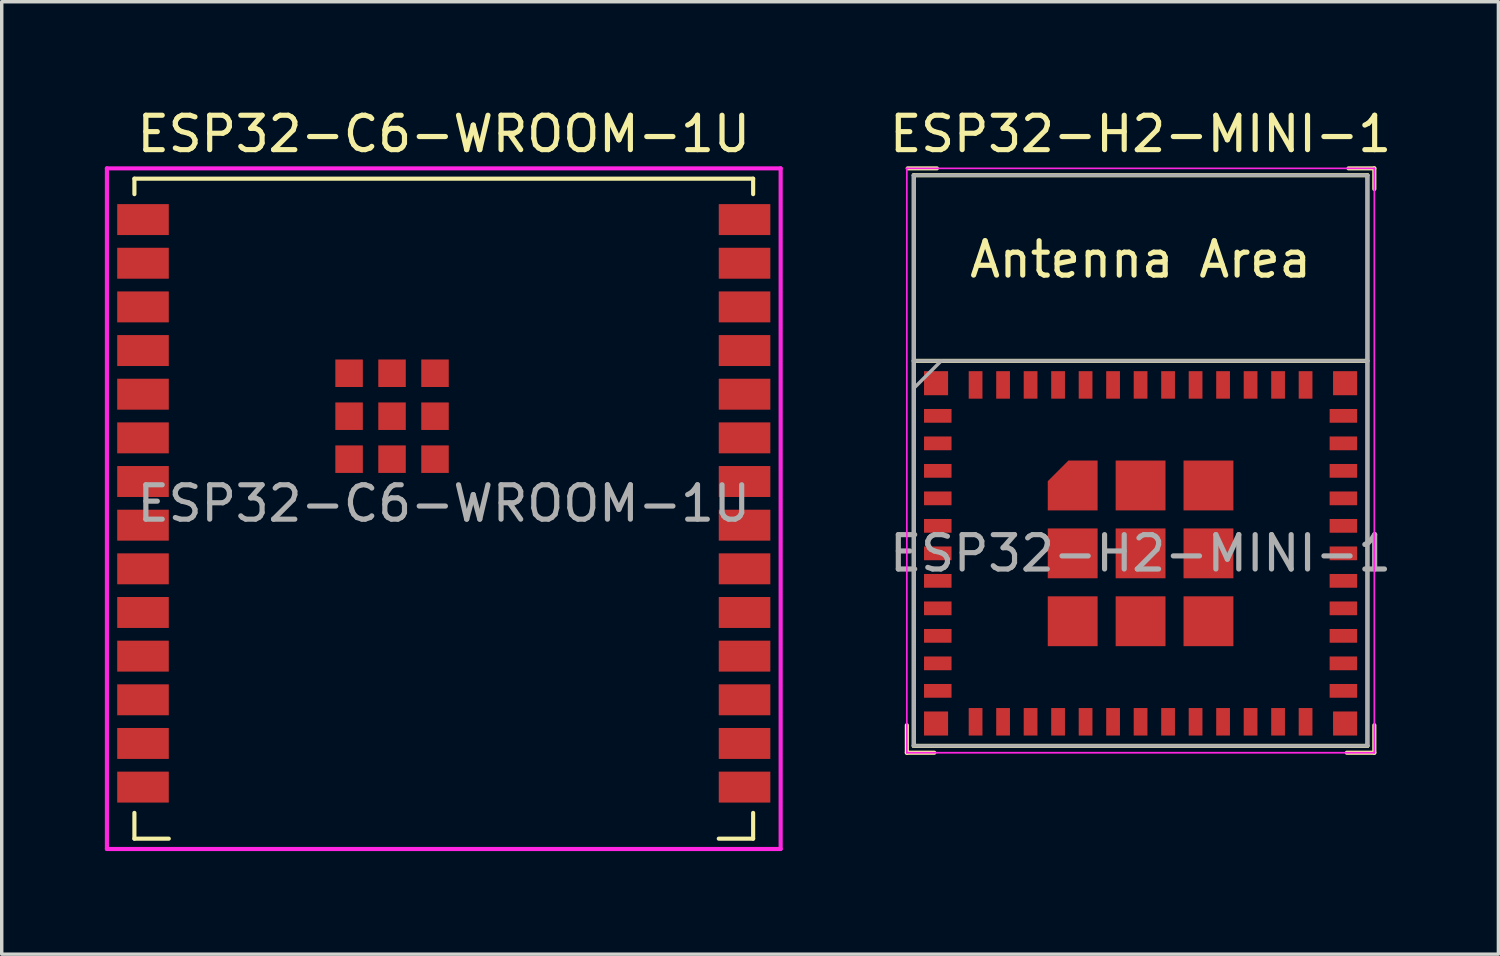
<source format=kicad_pcb>
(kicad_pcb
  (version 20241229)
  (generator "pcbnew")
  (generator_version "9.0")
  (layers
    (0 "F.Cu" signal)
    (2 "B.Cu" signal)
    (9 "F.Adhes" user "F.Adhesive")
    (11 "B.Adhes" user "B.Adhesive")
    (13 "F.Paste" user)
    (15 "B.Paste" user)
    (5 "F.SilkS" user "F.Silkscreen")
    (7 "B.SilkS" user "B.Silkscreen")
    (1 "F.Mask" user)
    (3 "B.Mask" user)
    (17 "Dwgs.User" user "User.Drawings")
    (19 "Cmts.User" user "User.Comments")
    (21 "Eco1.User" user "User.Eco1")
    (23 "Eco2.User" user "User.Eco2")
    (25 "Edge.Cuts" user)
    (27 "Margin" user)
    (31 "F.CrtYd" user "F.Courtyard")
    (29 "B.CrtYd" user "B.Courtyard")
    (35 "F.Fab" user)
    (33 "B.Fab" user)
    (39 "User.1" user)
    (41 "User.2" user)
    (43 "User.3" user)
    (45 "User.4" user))
  (footprint "ESP32-C6-WROOM-1U"
    (layer "F.Cu")
    (at 9.86 11.598)
    (property "Reference" "ESP32-C6-WROOM-1U" (at 0 -10.75 0) (layer "F.SilkS") (effects (font (size 1 1) (thickness 0.15))))
    (attr smd)
    (fp_line (start -9 -9.45) (end -9 -9) (stroke (width 0.12) (type solid)) (layer "F.SilkS"))
    (fp_line (start -9 9) (end -9 9.75) (stroke (width 0.12) (type solid)) (layer "F.SilkS"))
    (fp_line (start -9 9.75) (end -8 9.75) (stroke (width 0.12) (type solid)) (layer "F.SilkS"))
    (fp_line (start 9 -9.45) (end -9 -9.45) (stroke (width 0.12) (type solid)) (layer "F.SilkS"))
    (fp_line (start 9 -9.45) (end 9 -9) (stroke (width 0.12) (type solid)) (layer "F.SilkS"))
    (fp_line (start 9 9) (end 9 9.75) (stroke (width 0.12) (type solid)) (layer "F.SilkS"))
    (fp_line (start 9 9.75) (end 8 9.75) (stroke (width 0.12) (type solid)) (layer "F.SilkS"))
    (fp_line (start -9 -9.45) (end 9 -9.45) (stroke (width 0.12) (type solid)) (layer "Eco2.User"))
    (fp_line (start -9 9.75) (end -9 -9.45) (stroke (width 0.12) (type solid)) (layer "Eco2.User"))
    (fp_line (start 9 -9.45) (end 9 9.75) (stroke (width 0.12) (type solid)) (layer "Eco2.User"))
    (fp_line (start 9 9.75) (end -9 9.75) (stroke (width 0.12) (type solid)) (layer "Eco2.User"))
    (fp_line (start -9.8 -9.75) (end -9.8 10.05) (stroke (width 0.12) (type solid)) (layer "F.CrtYd"))
    (fp_line (start -9.8 10.05) (end 9.8 10.05) (stroke (width 0.12) (type solid)) (layer "F.CrtYd"))
    (fp_line (start 9.8 -9.75) (end -9.8 -9.75) (stroke (width 0.12) (type solid)) (layer "F.CrtYd"))
    (fp_line (start 9.8 -9.75) (end 9.8 10.05) (stroke (width 0.12) (type solid)) (layer "F.CrtYd"))
    (fp_text user "${REFERENCE}" (at 0 0 0) (layer "F.Fab") (effects (font (size 1 1) (thickness 0.15))))
    (pad "1" smd rect (at -8.75 -8.26) (size 1.5 0.9) (layers "F.Cu" "F.Mask" "F.Paste"))
    (pad "2" smd rect (at -8.75 -6.99) (size 1.5 0.9) (layers "F.Cu" "F.Mask" "F.Paste"))
    (pad "3" smd rect (at -8.75 -5.72) (size 1.5 0.9) (layers "F.Cu" "F.Mask" "F.Paste"))
    (pad "4" smd rect (at -8.75 -4.45) (size 1.5 0.9) (layers "F.Cu" "F.Mask" "F.Paste"))
    (pad "5" smd rect (at -8.75 -3.18) (size 1.5 0.9) (layers "F.Cu" "F.Mask" "F.Paste"))
    (pad "6" smd rect (at -8.75 -1.91) (size 1.5 0.9) (layers "F.Cu" "F.Mask" "F.Paste"))
    (pad "7" smd rect (at -8.75 -0.64) (size 1.5 0.9) (layers "F.Cu" "F.Mask" "F.Paste"))
    (pad "8" smd rect (at -8.75 0.63) (size 1.5 0.9) (layers "F.Cu" "F.Mask" "F.Paste"))
    (pad "9" smd rect (at -8.75 1.9) (size 1.5 0.9) (layers "F.Cu" "F.Mask" "F.Paste"))
    (pad "10" smd rect (at -8.75 3.17) (size 1.5 0.9) (layers "F.Cu" "F.Mask" "F.Paste"))
    (pad "11" smd rect (at -8.75 4.44) (size 1.5 0.9) (layers "F.Cu" "F.Mask" "F.Paste"))
    (pad "12" smd rect (at -8.75 5.71) (size 1.5 0.9) (layers "F.Cu" "F.Mask" "F.Paste"))
    (pad "13" smd rect (at -8.75 6.98) (size 1.5 0.9) (layers "F.Cu" "F.Mask" "F.Paste"))
    (pad "14" smd rect (at -8.75 8.25) (size 1.5 0.9) (layers "F.Cu" "F.Mask" "F.Paste"))
    (pad "15" smd rect (at 8.75 8.25 180) (size 1.5 0.9) (layers "F.Cu" "F.Mask" "F.Paste"))
    (pad "16" smd rect (at 8.75 6.98 180) (size 1.5 0.9) (layers "F.Cu" "F.Mask" "F.Paste"))
    (pad "17" smd rect (at 8.75 5.71 180) (size 1.5 0.9) (layers "F.Cu" "F.Mask" "F.Paste"))
    (pad "18" smd rect (at 8.75 4.44 180) (size 1.5 0.9) (layers "F.Cu" "F.Mask" "F.Paste"))
    (pad "19" smd rect (at 8.75 3.17 180) (size 1.5 0.9) (layers "F.Cu" "F.Mask" "F.Paste"))
    (pad "20" smd rect (at 8.75 1.9 180) (size 1.5 0.9) (layers "F.Cu" "F.Mask" "F.Paste"))
    (pad "21" smd rect (at 8.75 0.63 180) (size 1.5 0.9) (layers "F.Cu" "F.Mask" "F.Paste"))
    (pad "22" smd rect (at 8.75 -0.64 180) (size 1.5 0.9) (layers "F.Cu" "F.Mask" "F.Paste"))
    (pad "23" smd rect (at 8.75 -1.91 180) (size 1.5 0.9) (layers "F.Cu" "F.Mask" "F.Paste"))
    (pad "24" smd rect (at 8.75 -3.18 180) (size 1.5 0.9) (layers "F.Cu" "F.Mask" "F.Paste"))
    (pad "25" smd rect (at 8.75 -4.45 180) (size 1.5 0.9) (layers "F.Cu" "F.Mask" "F.Paste"))
    (pad "26" smd rect (at 8.75 -5.72 180) (size 1.5 0.9) (layers "F.Cu" "F.Mask" "F.Paste"))
    (pad "27" smd rect (at 8.75 -6.99 180) (size 1.5 0.9) (layers "F.Cu" "F.Mask" "F.Paste"))
    (pad "28" smd rect (at 8.75 -8.26 180) (size 1.5 0.9) (layers "F.Cu" "F.Mask" "F.Paste"))
    (pad "29" smd rect (at -2.755 -3.79 180) (size 0.8 0.8) (layers "F.Cu" "F.Mask" "F.Paste"))
    (pad "29" smd rect (at -2.755 -2.54 180) (size 0.8 0.8) (layers "F.Cu" "F.Mask" "F.Paste"))
    (pad "29" smd rect (at -2.755 -1.29 180) (size 0.8 0.8) (layers "F.Cu" "F.Mask" "F.Paste"))
    (pad "29" smd rect (at -1.505 -3.79 180) (size 0.8 0.8) (layers "F.Cu" "F.Mask" "F.Paste"))
    (pad "29" smd rect (at -1.505 -2.54 180) (size 0.8 0.8) (layers "F.Cu" "F.Mask" "F.Paste"))
    (pad "29" smd rect (at -1.505 -1.29 180) (size 0.8 0.8) (layers "F.Cu" "F.Mask" "F.Paste"))
    (pad "29" smd rect (at -0.255 -3.79 180) (size 0.8 0.8) (layers "F.Cu" "F.Mask" "F.Paste"))
    (pad "29" smd rect (at -0.255 -2.54 180) (size 0.8 0.8) (layers "F.Cu" "F.Mask" "F.Paste"))
    (pad "29" smd rect (at -0.255 -1.29 180) (size 0.8 0.8) (layers "F.Cu" "F.Mask" "F.Paste")))
  (footprint "ESP32-H2-MINI-1"
    (layer "F.Cu")
    (at 30.131 10.348)
    (property "Reference" "ESP32-H2-MINI-1" (at 0 -9.5 0) (layer "F.SilkS") (effects (font (size 1 1) (thickness 0.15))))
    (attr smd)
    (fp_line (start -6.8 7.7) (end -6.8 8.5) (stroke (width 0.12) (type solid)) (layer "F.SilkS"))
    (fp_line (start -6.8 8.5) (end -6 8.5) (stroke (width 0.12) (type solid)) (layer "F.SilkS"))
    (fp_line (start -6.6 -8.3) (end 6.6 -8.3) (stroke (width 0.12) (type solid)) (layer "F.SilkS"))
    (fp_line (start -6.6 -2.9) (end 6.6 -2.9) (stroke (width 0.12) (type solid)) (layer "F.SilkS"))
    (fp_line (start -6.6 8.3) (end -6.6 -8.3) (stroke (width 0.12) (type solid)) (layer "F.SilkS"))
    (fp_line (start -5.925 -8.5) (end -6.775 -8.5) (stroke (width 0.12) (type solid)) (layer "F.SilkS"))
    (fp_line (start 6.05 -8.5) (end 6.8 -8.5) (stroke (width 0.12) (type solid)) (layer "F.SilkS"))
    (fp_line (start 6.6 -8.3) (end 6.6 8.3) (stroke (width 0.12) (type solid)) (layer "F.SilkS"))
    (fp_line (start 6.6 8.3) (end -6.6 8.3) (stroke (width 0.12) (type solid)) (layer "F.SilkS"))
    (fp_line (start 6.8 -8.5) (end 6.8 -7.9) (stroke (width 0.12) (type solid)) (layer "F.SilkS"))
    (fp_line (start 6.8 7.7) (end 6.8 8.5) (stroke (width 0.12) (type solid)) (layer "F.SilkS"))
    (fp_line (start 6.8 8.5) (end 6 8.5) (stroke (width 0.12) (type solid)) (layer "F.SilkS"))
    (fp_line (start -6.8 -8.5) (end 6.8 -8.5) (stroke (width 0.05) (type solid)) (layer "F.CrtYd"))
    (fp_line (start -6.8 8.5) (end -6.8 -8.5) (stroke (width 0.05) (type solid)) (layer "F.CrtYd"))
    (fp_line (start 6.8 -8.5) (end 6.8 8.5) (stroke (width 0.05) (type solid)) (layer "F.CrtYd"))
    (fp_line (start 6.8 8.5) (end -6.8 8.5) (stroke (width 0.05) (type solid)) (layer "F.CrtYd"))
    (fp_line (start -6.6 8.3) (end -6.6 -8.3) (stroke (width 0.1) (type solid)) (layer "F.Fab"))
    (fp_line (start -6.6 8.3) (end 6.6 8.3) (stroke (width 0.1) (type solid)) (layer "F.Fab"))
    (fp_line (start -5.8 -2.9) (end -6.6 -2.1) (stroke (width 0.1) (type solid)) (layer "F.Fab"))
    (fp_line (start 6.6 -8.3) (end -6.6 -8.3) (stroke (width 0.1) (type solid)) (layer "F.Fab"))
    (fp_line (start 6.6 -2.9) (end -6.6 -2.9) (stroke (width 0.1) (type solid)) (layer "F.Fab"))
    (fp_line (start 6.6 8.3) (end 6.6 -8.3) (stroke (width 0.1) (type solid)) (layer "F.Fab"))
    (fp_text user "Antenna Area" (at 0 -5.85 0) (layer "F.SilkS") (effects (font (size 1 1) (thickness 0.15))))
    (fp_text user "${REFERENCE}" (at 0 2.7 0) (layer "F.Fab") (effects (font (size 1 1) (thickness 0.15))))
    (pad "1" smd rect (at -5.9 -1.3 90) (size 0.4 0.8) (layers "F.Cu" "F.Mask" "F.Paste"))
    (pad "2" smd rect (at -5.9 -0.5 90) (size 0.4 0.8) (layers "F.Cu" "F.Mask" "F.Paste"))
    (pad "3" smd rect (at -5.9 0.3 90) (size 0.4 0.8) (layers "F.Cu" "F.Mask" "F.Paste"))
    (pad "4" smd rect (at -5.9 1.1 90) (size 0.4 0.8) (layers "F.Cu" "F.Mask" "F.Paste"))
    (pad "5" smd rect (at -5.9 1.9 90) (size 0.4 0.8) (layers "F.Cu" "F.Mask" "F.Paste"))
    (pad "6" smd rect (at -5.9 2.7 90) (size 0.4 0.8) (layers "F.Cu" "F.Mask" "F.Paste"))
    (pad "7" smd rect (at -5.9 3.5 90) (size 0.4 0.8) (layers "F.Cu" "F.Mask" "F.Paste"))
    (pad "8" smd rect (at -5.9 4.3 90) (size 0.4 0.8) (layers "F.Cu" "F.Mask" "F.Paste"))
    (pad "9" smd rect (at -5.9 5.1 90) (size 0.4 0.8) (layers "F.Cu" "F.Mask" "F.Paste"))
    (pad "10" smd rect (at -5.9 5.9 90) (size 0.4 0.8) (layers "F.Cu" "F.Mask" "F.Paste"))
    (pad "11" smd rect (at -5.9 6.7 90) (size 0.4 0.8) (layers "F.Cu" "F.Mask" "F.Paste"))
    (pad "12" smd rect (at -4.8 7.6) (size 0.4 0.8) (layers "F.Cu" "F.Mask" "F.Paste"))
    (pad "13" smd rect (at -4 7.6) (size 0.4 0.8) (layers "F.Cu" "F.Mask" "F.Paste"))
    (pad "14" smd rect (at -3.2 7.6) (size 0.4 0.8) (layers "F.Cu" "F.Mask" "F.Paste"))
    (pad "15" smd rect (at -2.4 7.6) (size 0.4 0.8) (layers "F.Cu" "F.Mask" "F.Paste"))
    (pad "16" smd rect (at -1.6 7.6) (size 0.4 0.8) (layers "F.Cu" "F.Mask" "F.Paste"))
    (pad "17" smd rect (at -0.8 7.6) (size 0.4 0.8) (layers "F.Cu" "F.Mask" "F.Paste"))
    (pad "18" smd rect (at 0 7.6) (size 0.4 0.8) (layers "F.Cu" "F.Mask" "F.Paste"))
    (pad "19" smd rect (at 0.8 7.6) (size 0.4 0.8) (layers "F.Cu" "F.Mask" "F.Paste"))
    (pad "20" smd rect (at 1.6 7.6) (size 0.4 0.8) (layers "F.Cu" "F.Mask" "F.Paste"))
    (pad "21" smd rect (at 2.4 7.6) (size 0.4 0.8) (layers "F.Cu" "F.Mask" "F.Paste"))
    (pad "22" smd rect (at 3.2 7.6) (size 0.4 0.8) (layers "F.Cu" "F.Mask" "F.Paste"))
    (pad "23" smd rect (at 4 7.6) (size 0.4 0.8) (layers "F.Cu" "F.Mask" "F.Paste"))
    (pad "24" smd rect (at 4.8 7.6) (size 0.4 0.8) (layers "F.Cu" "F.Mask" "F.Paste"))
    (pad "25" smd rect (at 5.9 6.7 90) (size 0.4 0.8) (layers "F.Cu" "F.Mask" "F.Paste"))
    (pad "26" smd rect (at 5.9 5.9 90) (size 0.4 0.8) (layers "F.Cu" "F.Mask" "F.Paste"))
    (pad "27" smd rect (at 5.9 5.1 90) (size 0.4 0.8) (layers "F.Cu" "F.Mask" "F.Paste"))
    (pad "28" smd rect (at 5.9 4.3 90) (size 0.4 0.8) (layers "F.Cu" "F.Mask" "F.Paste"))
    (pad "29" smd rect (at 5.9 3.5 90) (size 0.4 0.8) (layers "F.Cu" "F.Mask" "F.Paste"))
    (pad "30" smd rect (at 5.9 2.7 90) (size 0.4 0.8) (layers "F.Cu" "F.Mask" "F.Paste"))
    (pad "31" smd rect (at 5.9 1.9 90) (size 0.4 0.8) (layers "F.Cu" "F.Mask" "F.Paste"))
    (pad "32" smd rect (at 5.9 1.1 90) (size 0.4 0.8) (layers "F.Cu" "F.Mask" "F.Paste"))
    (pad "33" smd rect (at 5.9 0.3 90) (size 0.4 0.8) (layers "F.Cu" "F.Mask" "F.Paste"))
    (pad "34" smd rect (at 5.9 -0.5 90) (size 0.4 0.8) (layers "F.Cu" "F.Mask" "F.Paste"))
    (pad "35" smd rect (at 5.9 -1.3 90) (size 0.4 0.8) (layers "F.Cu" "F.Mask" "F.Paste"))
    (pad "36" smd rect (at 4.8 -2.2) (size 0.4 0.8) (layers "F.Cu" "F.Mask" "F.Paste"))
    (pad "37" smd rect (at 4 -2.2) (size 0.4 0.8) (layers "F.Cu" "F.Mask" "F.Paste"))
    (pad "38" smd rect (at 3.2 -2.2) (size 0.4 0.8) (layers "F.Cu" "F.Mask" "F.Paste"))
    (pad "39" smd rect (at 2.4 -2.2) (size 0.4 0.8) (layers "F.Cu" "F.Mask" "F.Paste"))
    (pad "40" smd rect (at 1.6 -2.2) (size 0.4 0.8) (layers "F.Cu" "F.Mask" "F.Paste"))
    (pad "41" smd rect (at 0.8 -2.2) (size 0.4 0.8) (layers "F.Cu" "F.Mask" "F.Paste"))
    (pad "42" smd rect (at 0 -2.2) (size 0.4 0.8) (layers "F.Cu" "F.Mask" "F.Paste"))
    (pad "43" smd rect (at -0.8 -2.2) (size 0.4 0.8) (layers "F.Cu" "F.Mask" "F.Paste"))
    (pad "44" smd rect (at -1.6 -2.2) (size 0.4 0.8) (layers "F.Cu" "F.Mask" "F.Paste"))
    (pad "45" smd rect (at -2.4 -2.2) (size 0.4 0.8) (layers "F.Cu" "F.Mask" "F.Paste"))
    (pad "46" smd rect (at -3.2 -2.2) (size 0.4 0.8) (layers "F.Cu" "F.Mask" "F.Paste"))
    (pad "47" smd rect (at -4 -2.2) (size 0.4 0.8) (layers "F.Cu" "F.Mask" "F.Paste"))
    (pad "48" smd rect (at -4.8 -2.2) (size 0.4 0.8) (layers "F.Cu" "F.Mask" "F.Paste"))
    (pad "49" smd custom (at -1.975 0.725) (size 0.8 0.8) (layers "F.Cu" "F.Mask" "F.Paste") (options (anchor rect)) (primitives (gr_poly (pts (xy 0.725 0.725) (xy -0.725 0.725) (xy -0.725 -0.125) (xy -0.125 -0.725) (xy 0.725 -0.725)) (width 0) (fill yes))))
    (pad "49" smd rect (at -1.975 2.7 90) (size 1.45 1.45) (layers "F.Cu" "F.Mask" "F.Paste"))
    (pad "49" smd rect (at -1.975 4.675 90) (size 1.45 1.45) (layers "F.Cu" "F.Mask" "F.Paste"))
    (pad "49" smd rect (at 0 0.725 90) (size 1.45 1.45) (layers "F.Cu" "F.Mask" "F.Paste"))
    (pad "49" smd rect (at 0 2.7 90) (size 1.45 1.45) (layers "F.Cu" "F.Mask" "F.Paste"))
    (pad "49" smd rect (at 0 4.675 90) (size 1.45 1.45) (layers "F.Cu" "F.Mask" "F.Paste"))
    (pad "49" smd rect (at 1.975 0.725 90) (size 1.45 1.45) (layers "F.Cu" "F.Mask" "F.Paste"))
    (pad "49" smd rect (at 1.975 2.7 90) (size 1.45 1.45) (layers "F.Cu" "F.Mask" "F.Paste"))
    (pad "49" smd rect (at 1.975 4.675 90) (size 1.45 1.45) (layers "F.Cu" "F.Mask" "F.Paste"))
    (pad "50" smd rect (at 5.95 -2.25 90) (size 0.7 0.7) (layers "F.Cu" "F.Mask" "F.Paste"))
    (pad "51" smd rect (at 5.95 7.65 90) (size 0.7 0.7) (layers "F.Cu" "F.Mask" "F.Paste"))
    (pad "52" smd rect (at -5.95 7.65 90) (size 0.7 0.7) (layers "F.Cu" "F.Mask" "F.Paste"))
    (pad "53" smd rect (at -5.95 -2.25 90) (size 0.7 0.7) (layers "F.Cu" "F.Mask" "F.Paste"))
    (zone (net_name "") (layers "F.Cu" "B.Cu") (name "antenna keepout") (hatch edge 0.508) (connect_pads) (min_thickness 0.254) (filled_areas_thickness no) (keepout (tracks not_allowed) (vias not_allowed) (pads not_allowed) (copperpour not_allowed) (footprints not_allowed)) (placement (enabled no)) (fill) (polygon (pts (xy 36.731 7.448) (xy 23.531 7.448) (xy 23.531 2.048) (xy 36.731 2.048)))))
  (gr_rect
    (start -3 -3)
    (end 40.541 24.708)
    (stroke (width 0.1) (type default))
    (fill no)
    (layer "Edge.Cuts")))
</source>
